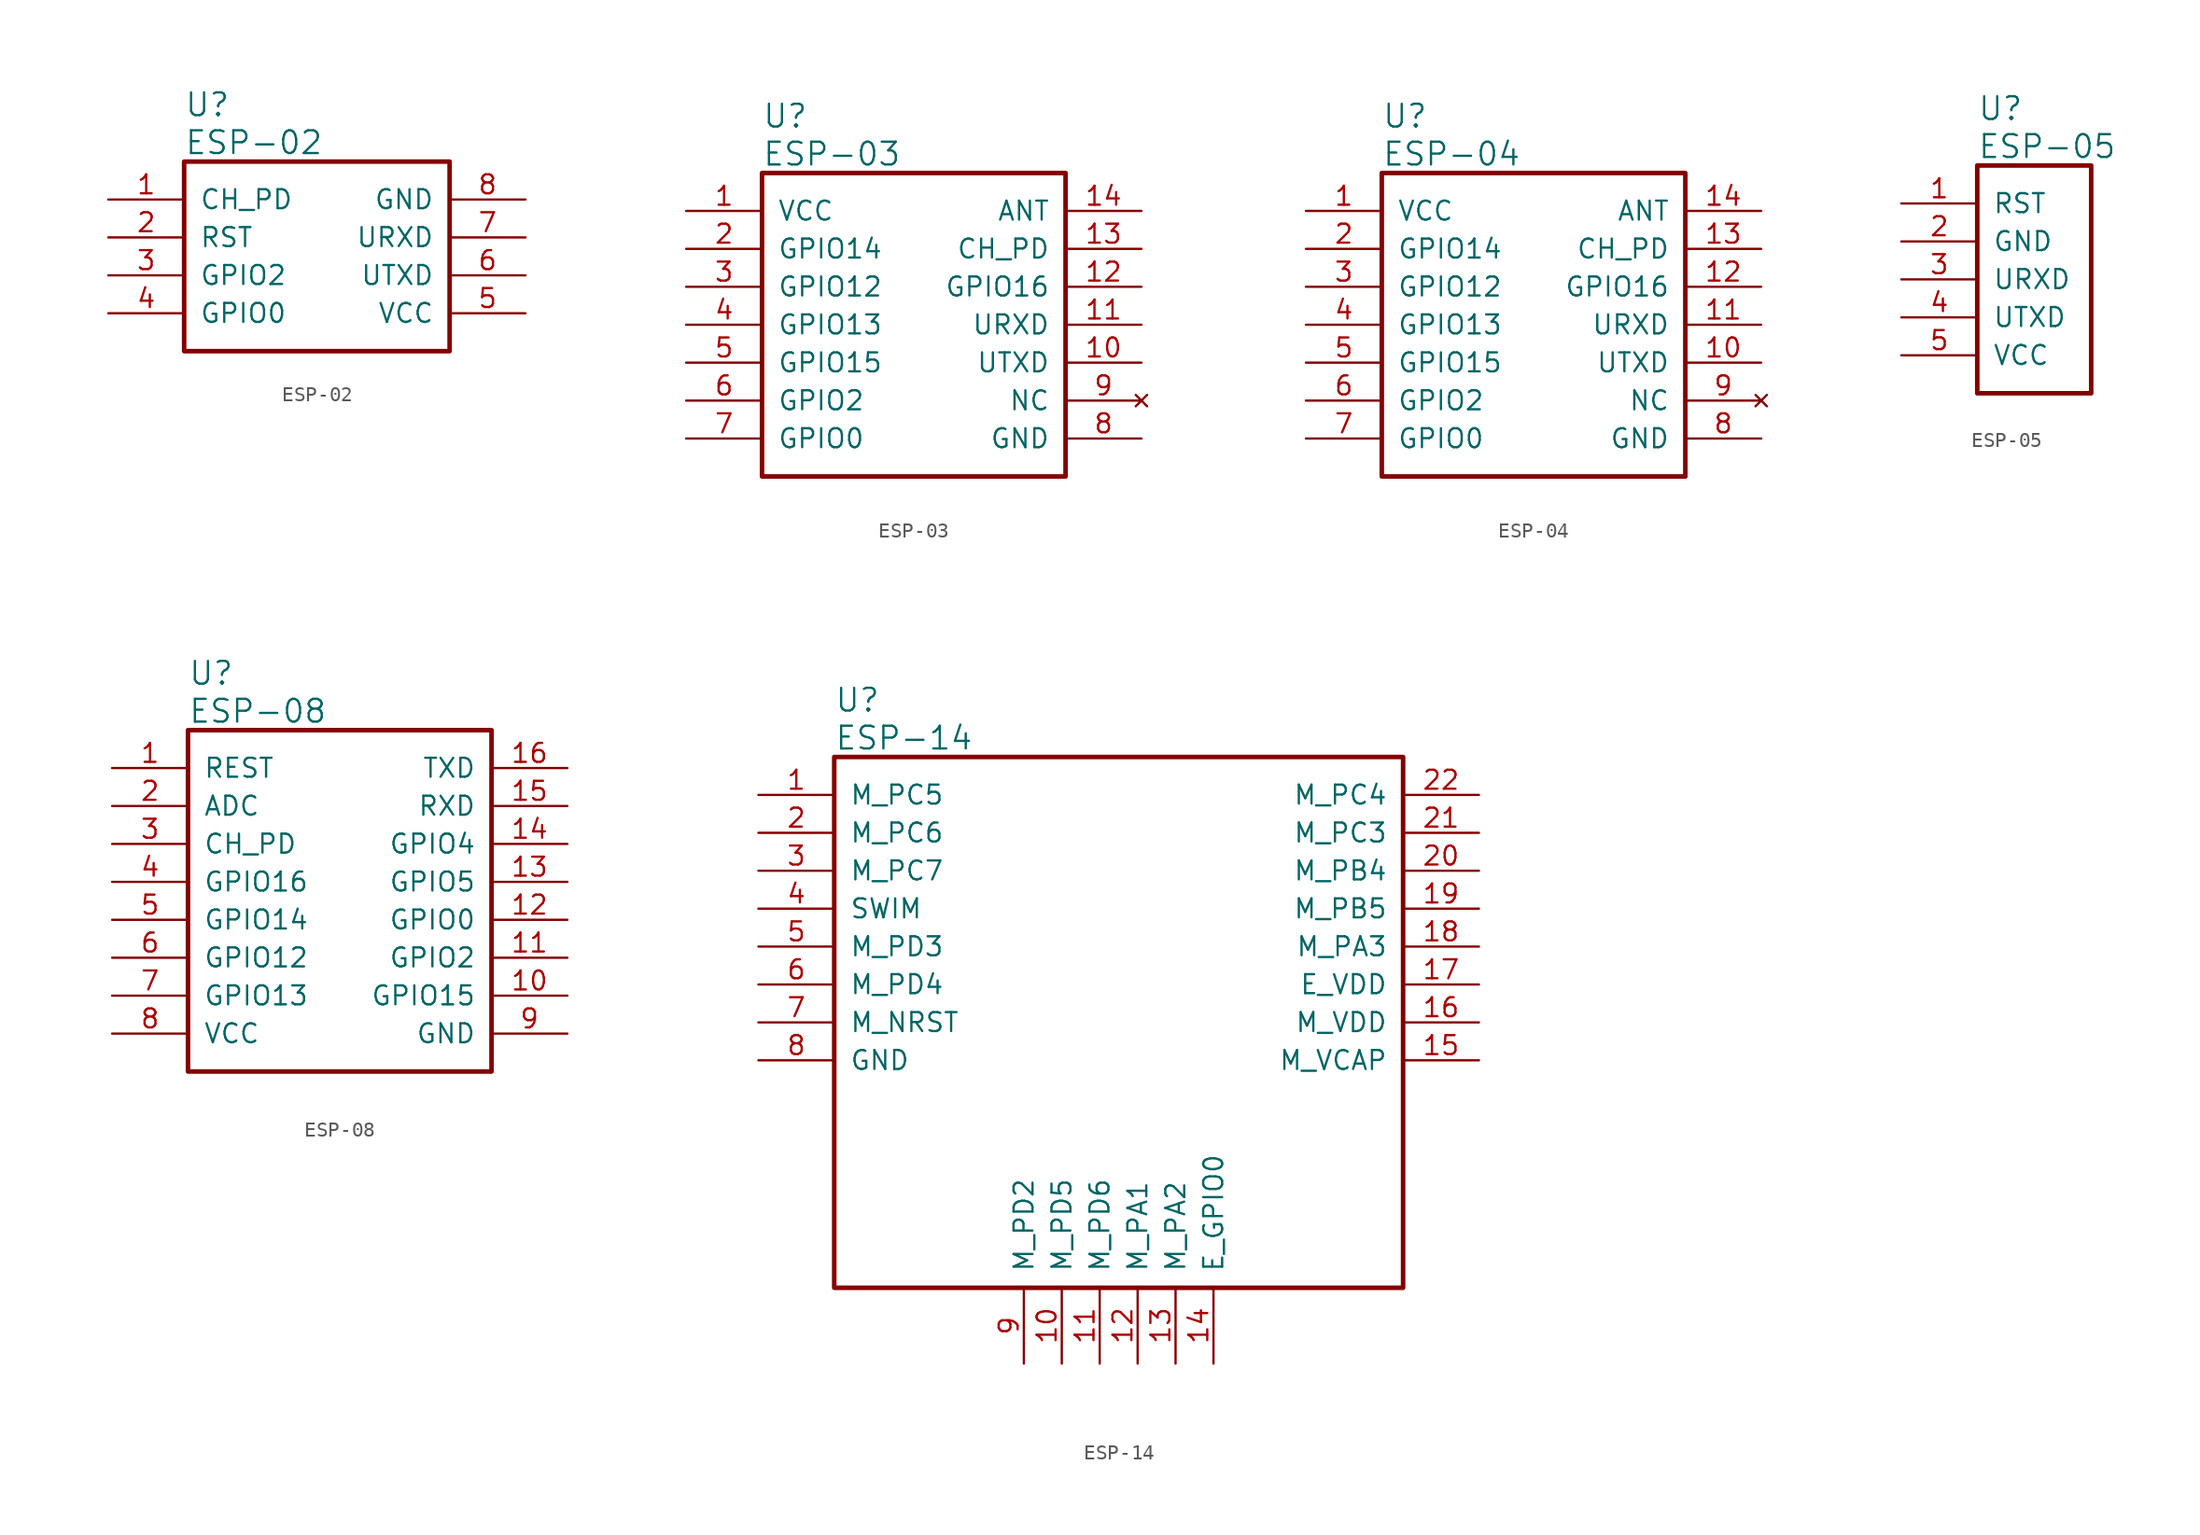
<source format=kicad_sym>
(kicad_symbol_lib
  (version 20201005)
  (generator kicad_symbol_editor)
  (symbol "ESP-02"
    (pin_names
      (offset 1.016))
    (property "Reference" "U"
      (at 5.08 6.35 0)
      (effects (font (size 1.524 1.524)) (justify left)))
    (property "Value" "ESP-02"
      (at 5.08 3.81 0)
      (effects (font (size 1.524 1.524)) (justify left)))
    (property "ki_locked" ""
      (at 0 0 0)
      (effects (font (size 1.27 1.27))))
    (symbol "ESP-02_1_1"
      (rectangle (start 5.08 2.54) (end 22.86 -10.16) (stroke (width 0.305)) (fill (type none)))
      (pin power_in line (at 27.94 -7.62 180) (length 5.08) (name "VCC" (effects (font (size 1.27 1.27)))) (number "5" (effects (font (size 1.27 1.27)))))
      (pin output line (at 27.94 -5.08 180) (length 5.08) (name "UTXD" (effects (font (size 1.27 1.27)))) (number "6" (effects (font (size 1.27 1.27)))))
      (pin input line (at 27.94 -2.54 180) (length 5.08) (name "URXD" (effects (font (size 1.27 1.27)))) (number "7" (effects (font (size 1.27 1.27)))))
      (pin power_in line (at 27.94 0 180) (length 5.08) (name "GND" (effects (font (size 1.27 1.27)))) (number "8" (effects (font (size 1.27 1.27)))))
      (pin input line (at 0 0 0) (length 5.08) (name "CH_PD" (effects (font (size 1.27 1.27)))) (number "1" (effects (font (size 1.27 1.27)))))
      (pin input line (at 0 -2.54 0) (length 5.08) (name "RST" (effects (font (size 1.27 1.27)))) (number "2" (effects (font (size 1.27 1.27)))))
      (pin bidirectional line (at 0 -5.08 0) (length 5.08) (name "GPIO2" (effects (font (size 1.27 1.27)))) (number "3" (effects (font (size 1.27 1.27)))))
      (pin bidirectional line (at 0 -7.62 0) (length 5.08) (name "GPIO0" (effects (font (size 1.27 1.27)))) (number "4" (effects (font (size 1.27 1.27)))))))
  (symbol "ESP-03"
    (pin_names
      (offset 1.016))
    (property "Reference" "U"
      (at 5.08 6.35 0)
      (effects (font (size 1.524 1.524)) (justify left)))
    (property "Value" "ESP-03"
      (at 5.08 3.81 0)
      (effects (font (size 1.524 1.524)) (justify left)))
    (property "ki_locked" ""
      (at 0 0 0)
      (effects (font (size 1.27 1.27))))
    (symbol "ESP-03_1_1"
      (rectangle (start 5.08 2.54) (end 25.4 -17.78) (stroke (width 0.305)) (fill (type none)))
      (pin power_in line (at 30.48 -15.24 180) (length 5.08) (name "GND" (effects (font (size 1.27 1.27)))) (number "8" (effects (font (size 1.27 1.27)))))
      (pin unconnected line (at 30.48 -12.7 180) (length 5.08) (name "NC" (effects (font (size 1.27 1.27)))) (number "9" (effects (font (size 1.27 1.27)))))
      (pin output line (at 30.48 -10.16 180) (length 5.08) (name "UTXD" (effects (font (size 1.27 1.27)))) (number "10" (effects (font (size 1.27 1.27)))))
      (pin input line (at 30.48 -7.62 180) (length 5.08) (name "URXD" (effects (font (size 1.27 1.27)))) (number "11" (effects (font (size 1.27 1.27)))))
      (pin bidirectional line (at 30.48 -5.08 180) (length 5.08) (name "GPIO16" (effects (font (size 1.27 1.27)))) (number "12" (effects (font (size 1.27 1.27)))))
      (pin input line (at 30.48 -2.54 180) (length 5.08) (name "CH_PD" (effects (font (size 1.27 1.27)))) (number "13" (effects (font (size 1.27 1.27)))))
      (pin unspecified line (at 30.48 0 180) (length 5.08) (name "ANT" (effects (font (size 1.27 1.27)))) (number "14" (effects (font (size 1.27 1.27)))))
      (pin power_in line (at 0 0 0) (length 5.08) (name "VCC" (effects (font (size 1.27 1.27)))) (number "1" (effects (font (size 1.27 1.27)))))
      (pin bidirectional line (at 0 -2.54 0) (length 5.08) (name "GPIO14" (effects (font (size 1.27 1.27)))) (number "2" (effects (font (size 1.27 1.27)))))
      (pin bidirectional line (at 0 -5.08 0) (length 5.08) (name "GPIO12" (effects (font (size 1.27 1.27)))) (number "3" (effects (font (size 1.27 1.27)))))
      (pin bidirectional line (at 0 -7.62 0) (length 5.08) (name "GPIO13" (effects (font (size 1.27 1.27)))) (number "4" (effects (font (size 1.27 1.27)))))
      (pin bidirectional line (at 0 -10.16 0) (length 5.08) (name "GPIO15" (effects (font (size 1.27 1.27)))) (number "5" (effects (font (size 1.27 1.27)))))
      (pin bidirectional line (at 0 -12.7 0) (length 5.08) (name "GPIO2" (effects (font (size 1.27 1.27)))) (number "6" (effects (font (size 1.27 1.27)))))
      (pin bidirectional line (at 0 -15.24 0) (length 5.08) (name "GPIO0" (effects (font (size 1.27 1.27)))) (number "7" (effects (font (size 1.27 1.27)))))))
  (symbol "ESP-04"
    (pin_names
      (offset 1.016))
    (property "Reference" "U"
      (at 5.08 6.35 0)
      (effects (font (size 1.524 1.524)) (justify left)))
    (property "Value" "ESP-04"
      (at 5.08 3.81 0)
      (effects (font (size 1.524 1.524)) (justify left)))
    (property "ki_locked" ""
      (at 0 0 0)
      (effects (font (size 1.27 1.27))))
    (symbol "ESP-04_1_1"
      (rectangle (start 5.08 2.54) (end 25.4 -17.78) (stroke (width 0.305)) (fill (type none)))
      (pin power_in line (at 30.48 -15.24 180) (length 5.08) (name "GND" (effects (font (size 1.27 1.27)))) (number "8" (effects (font (size 1.27 1.27)))))
      (pin unconnected line (at 30.48 -12.7 180) (length 5.08) (name "NC" (effects (font (size 1.27 1.27)))) (number "9" (effects (font (size 1.27 1.27)))))
      (pin output line (at 30.48 -10.16 180) (length 5.08) (name "UTXD" (effects (font (size 1.27 1.27)))) (number "10" (effects (font (size 1.27 1.27)))))
      (pin input line (at 30.48 -7.62 180) (length 5.08) (name "URXD" (effects (font (size 1.27 1.27)))) (number "11" (effects (font (size 1.27 1.27)))))
      (pin bidirectional line (at 30.48 -5.08 180) (length 5.08) (name "GPIO16" (effects (font (size 1.27 1.27)))) (number "12" (effects (font (size 1.27 1.27)))))
      (pin input line (at 30.48 -2.54 180) (length 5.08) (name "CH_PD" (effects (font (size 1.27 1.27)))) (number "13" (effects (font (size 1.27 1.27)))))
      (pin unspecified line (at 30.48 0 180) (length 5.08) (name "ANT" (effects (font (size 1.27 1.27)))) (number "14" (effects (font (size 1.27 1.27)))))
      (pin power_in line (at 0 0 0) (length 5.08) (name "VCC" (effects (font (size 1.27 1.27)))) (number "1" (effects (font (size 1.27 1.27)))))
      (pin bidirectional line (at 0 -2.54 0) (length 5.08) (name "GPIO14" (effects (font (size 1.27 1.27)))) (number "2" (effects (font (size 1.27 1.27)))))
      (pin bidirectional line (at 0 -5.08 0) (length 5.08) (name "GPIO12" (effects (font (size 1.27 1.27)))) (number "3" (effects (font (size 1.27 1.27)))))
      (pin bidirectional line (at 0 -7.62 0) (length 5.08) (name "GPIO13" (effects (font (size 1.27 1.27)))) (number "4" (effects (font (size 1.27 1.27)))))
      (pin bidirectional line (at 0 -10.16 0) (length 5.08) (name "GPIO15" (effects (font (size 1.27 1.27)))) (number "5" (effects (font (size 1.27 1.27)))))
      (pin bidirectional line (at 0 -12.7 0) (length 5.08) (name "GPIO2" (effects (font (size 1.27 1.27)))) (number "6" (effects (font (size 1.27 1.27)))))
      (pin bidirectional line (at 0 -15.24 0) (length 5.08) (name "GPIO0" (effects (font (size 1.27 1.27)))) (number "7" (effects (font (size 1.27 1.27)))))))
  (symbol "ESP-05"
    (pin_names
      (offset 1.016))
    (property "Reference" "U"
      (at 5.08 6.35 0)
      (effects (font (size 1.524 1.524)) (justify left)))
    (property "Value" "ESP-05"
      (at 5.08 3.81 0)
      (effects (font (size 1.524 1.524)) (justify left)))
    (property "ki_locked" ""
      (at 0 0 0)
      (effects (font (size 1.27 1.27))))
    (symbol "ESP-05_1_1"
      (rectangle (start 5.08 2.54) (end 12.7 -12.7) (stroke (width 0.305)) (fill (type none)))
      (pin input line (at 0 0 0) (length 5.08) (name "RST" (effects (font (size 1.27 1.27)))) (number "1" (effects (font (size 1.27 1.27)))))
      (pin power_in line (at 0 -2.54 0) (length 5.08) (name "GND" (effects (font (size 1.27 1.27)))) (number "2" (effects (font (size 1.27 1.27)))))
      (pin input line (at 0 -5.08 0) (length 5.08) (name "URXD" (effects (font (size 1.27 1.27)))) (number "3" (effects (font (size 1.27 1.27)))))
      (pin output line (at 0 -7.62 0) (length 5.08) (name "UTXD" (effects (font (size 1.27 1.27)))) (number "4" (effects (font (size 1.27 1.27)))))
      (pin power_in line (at 0 -10.16 0) (length 5.08) (name "VCC" (effects (font (size 1.27 1.27)))) (number "5" (effects (font (size 1.27 1.27)))))))
  (symbol "ESP-08"
    (pin_names
      (offset 1.016))
    (property "Reference" "U"
      (at 5.08 6.35 0)
      (effects (font (size 1.524 1.524)) (justify left)))
    (property "Value" "ESP-08"
      (at 5.08 3.81 0)
      (effects (font (size 1.524 1.524)) (justify left)))
    (property "ki_locked" ""
      (at 0 0 0)
      (effects (font (size 1.27 1.27))))
    (symbol "ESP-08_1_1"
      (rectangle (start 5.08 2.54) (end 25.4 -20.32) (stroke (width 0.305)) (fill (type none)))
      (pin power_in line (at 30.48 -17.78 180) (length 5.08) (name "GND" (effects (font (size 1.27 1.27)))) (number "9" (effects (font (size 1.27 1.27)))))
      (pin bidirectional line (at 30.48 -15.24 180) (length 5.08) (name "GPIO15" (effects (font (size 1.27 1.27)))) (number "10" (effects (font (size 1.27 1.27)))))
      (pin bidirectional line (at 30.48 -12.7 180) (length 5.08) (name "GPIO2" (effects (font (size 1.27 1.27)))) (number "11" (effects (font (size 1.27 1.27)))))
      (pin bidirectional line (at 30.48 -10.16 180) (length 5.08) (name "GPIO0" (effects (font (size 1.27 1.27)))) (number "12" (effects (font (size 1.27 1.27)))))
      (pin bidirectional line (at 30.48 -7.62 180) (length 5.08) (name "GPIO5" (effects (font (size 1.27 1.27)))) (number "13" (effects (font (size 1.27 1.27)))))
      (pin bidirectional line (at 30.48 -5.08 180) (length 5.08) (name "GPIO4" (effects (font (size 1.27 1.27)))) (number "14" (effects (font (size 1.27 1.27)))))
      (pin input line (at 30.48 -2.54 180) (length 5.08) (name "RXD" (effects (font (size 1.27 1.27)))) (number "15" (effects (font (size 1.27 1.27)))))
      (pin output line (at 30.48 0 180) (length 5.08) (name "TXD" (effects (font (size 1.27 1.27)))) (number "16" (effects (font (size 1.27 1.27)))))
      (pin input line (at 0 0 0) (length 5.08) (name "REST" (effects (font (size 1.27 1.27)))) (number "1" (effects (font (size 1.27 1.27)))))
      (pin passive line (at 0 -2.54 0) (length 5.08) (name "ADC" (effects (font (size 1.27 1.27)))) (number "2" (effects (font (size 1.27 1.27)))))
      (pin input line (at 0 -5.08 0) (length 5.08) (name "CH_PD" (effects (font (size 1.27 1.27)))) (number "3" (effects (font (size 1.27 1.27)))))
      (pin bidirectional line (at 0 -7.62 0) (length 5.08) (name "GPIO16" (effects (font (size 1.27 1.27)))) (number "4" (effects (font (size 1.27 1.27)))))
      (pin bidirectional line (at 0 -10.16 0) (length 5.08) (name "GPIO14" (effects (font (size 1.27 1.27)))) (number "5" (effects (font (size 1.27 1.27)))))
      (pin bidirectional line (at 0 -12.7 0) (length 5.08) (name "GPIO12" (effects (font (size 1.27 1.27)))) (number "6" (effects (font (size 1.27 1.27)))))
      (pin bidirectional line (at 0 -15.24 0) (length 5.08) (name "GPIO13" (effects (font (size 1.27 1.27)))) (number "7" (effects (font (size 1.27 1.27)))))
      (pin power_in line (at 0 -17.78 0) (length 5.08) (name "VCC" (effects (font (size 1.27 1.27)))) (number "8" (effects (font (size 1.27 1.27)))))))
  (symbol "ESP-14"
    (pin_names
      (offset 1.016))
    (property "Reference" "U"
      (at 5.08 6.35 0)
      (effects (font (size 1.524 1.524)) (justify left)))
    (property "Value" "ESP-14"
      (at 5.08 3.81 0)
      (effects (font (size 1.524 1.524)) (justify left)))
    (property "ki_locked" ""
      (at 0 0 0)
      (effects (font (size 1.27 1.27))))
    (symbol "ESP-14_1_1"
      (rectangle (start 5.08 2.54) (end 43.18 -33.02) (stroke (width 0.305)) (fill (type none)))
      (pin power_in line (at 48.26 -17.78 180) (length 5.08) (name "M_VCAP" (effects (font (size 1.27 1.27)))) (number "15" (effects (font (size 1.27 1.27)))))
      (pin power_in line (at 48.26 -15.24 180) (length 5.08) (name "M_VDD" (effects (font (size 1.27 1.27)))) (number "16" (effects (font (size 1.27 1.27)))))
      (pin power_in line (at 48.26 -12.7 180) (length 5.08) (name "E_VDD" (effects (font (size 1.27 1.27)))) (number "17" (effects (font (size 1.27 1.27)))))
      (pin bidirectional line (at 48.26 -10.16 180) (length 5.08) (name "M_PA3" (effects (font (size 1.27 1.27)))) (number "18" (effects (font (size 1.27 1.27)))))
      (pin bidirectional line (at 48.26 -7.62 180) (length 5.08) (name "M_PB5" (effects (font (size 1.27 1.27)))) (number "19" (effects (font (size 1.27 1.27)))))
      (pin bidirectional line (at 48.26 -5.08 180) (length 5.08) (name "M_PB4" (effects (font (size 1.27 1.27)))) (number "20" (effects (font (size 1.27 1.27)))))
      (pin bidirectional line (at 48.26 -2.54 180) (length 5.08) (name "M_PC3" (effects (font (size 1.27 1.27)))) (number "21" (effects (font (size 1.27 1.27)))))
      (pin bidirectional line (at 48.26 0 180) (length 5.08) (name "M_PC4" (effects (font (size 1.27 1.27)))) (number "22" (effects (font (size 1.27 1.27)))))
      (pin bidirectional line (at 17.78 -38.1 90) (length 5.08) (name "M_PD2" (effects (font (size 1.27 1.27)))) (number "9" (effects (font (size 1.27 1.27)))))
      (pin bidirectional line (at 20.32 -38.1 90) (length 5.08) (name "M_PD5" (effects (font (size 1.27 1.27)))) (number "10" (effects (font (size 1.27 1.27)))))
      (pin bidirectional line (at 22.86 -38.1 90) (length 5.08) (name "M_PD6" (effects (font (size 1.27 1.27)))) (number "11" (effects (font (size 1.27 1.27)))))
      (pin bidirectional line (at 25.4 -38.1 90) (length 5.08) (name "M_PA1" (effects (font (size 1.27 1.27)))) (number "12" (effects (font (size 1.27 1.27)))))
      (pin bidirectional line (at 27.94 -38.1 90) (length 5.08) (name "M_PA2" (effects (font (size 1.27 1.27)))) (number "13" (effects (font (size 1.27 1.27)))))
      (pin bidirectional line (at 30.48 -38.1 90) (length 5.08) (name "E_GPIO0" (effects (font (size 1.27 1.27)))) (number "14" (effects (font (size 1.27 1.27)))))
      (pin bidirectional line (at 0 0 0) (length 5.08) (name "M_PC5" (effects (font (size 1.27 1.27)))) (number "1" (effects (font (size 1.27 1.27)))))
      (pin bidirectional line (at 0 -2.54 0) (length 5.08) (name "M_PC6" (effects (font (size 1.27 1.27)))) (number "2" (effects (font (size 1.27 1.27)))))
      (pin bidirectional line (at 0 -5.08 0) (length 5.08) (name "M_PC7" (effects (font (size 1.27 1.27)))) (number "3" (effects (font (size 1.27 1.27)))))
      (pin bidirectional line (at 0 -7.62 0) (length 5.08) (name "SWIM" (effects (font (size 1.27 1.27)))) (number "4" (effects (font (size 1.27 1.27)))))
      (pin bidirectional line (at 0 -10.16 0) (length 5.08) (name "M_PD3" (effects (font (size 1.27 1.27)))) (number "5" (effects (font (size 1.27 1.27)))))
      (pin bidirectional line (at 0 -12.7 0) (length 5.08) (name "M_PD4" (effects (font (size 1.27 1.27)))) (number "6" (effects (font (size 1.27 1.27)))))
      (pin input line (at 0 -15.24 0) (length 5.08) (name "M_NRST" (effects (font (size 1.27 1.27)))) (number "7" (effects (font (size 1.27 1.27)))))
      (pin power_in line (at 0 -17.78 0) (length 5.08) (name "GND" (effects (font (size 1.27 1.27)))) (number "8" (effects (font (size 1.27 1.27))))))))
</source>
